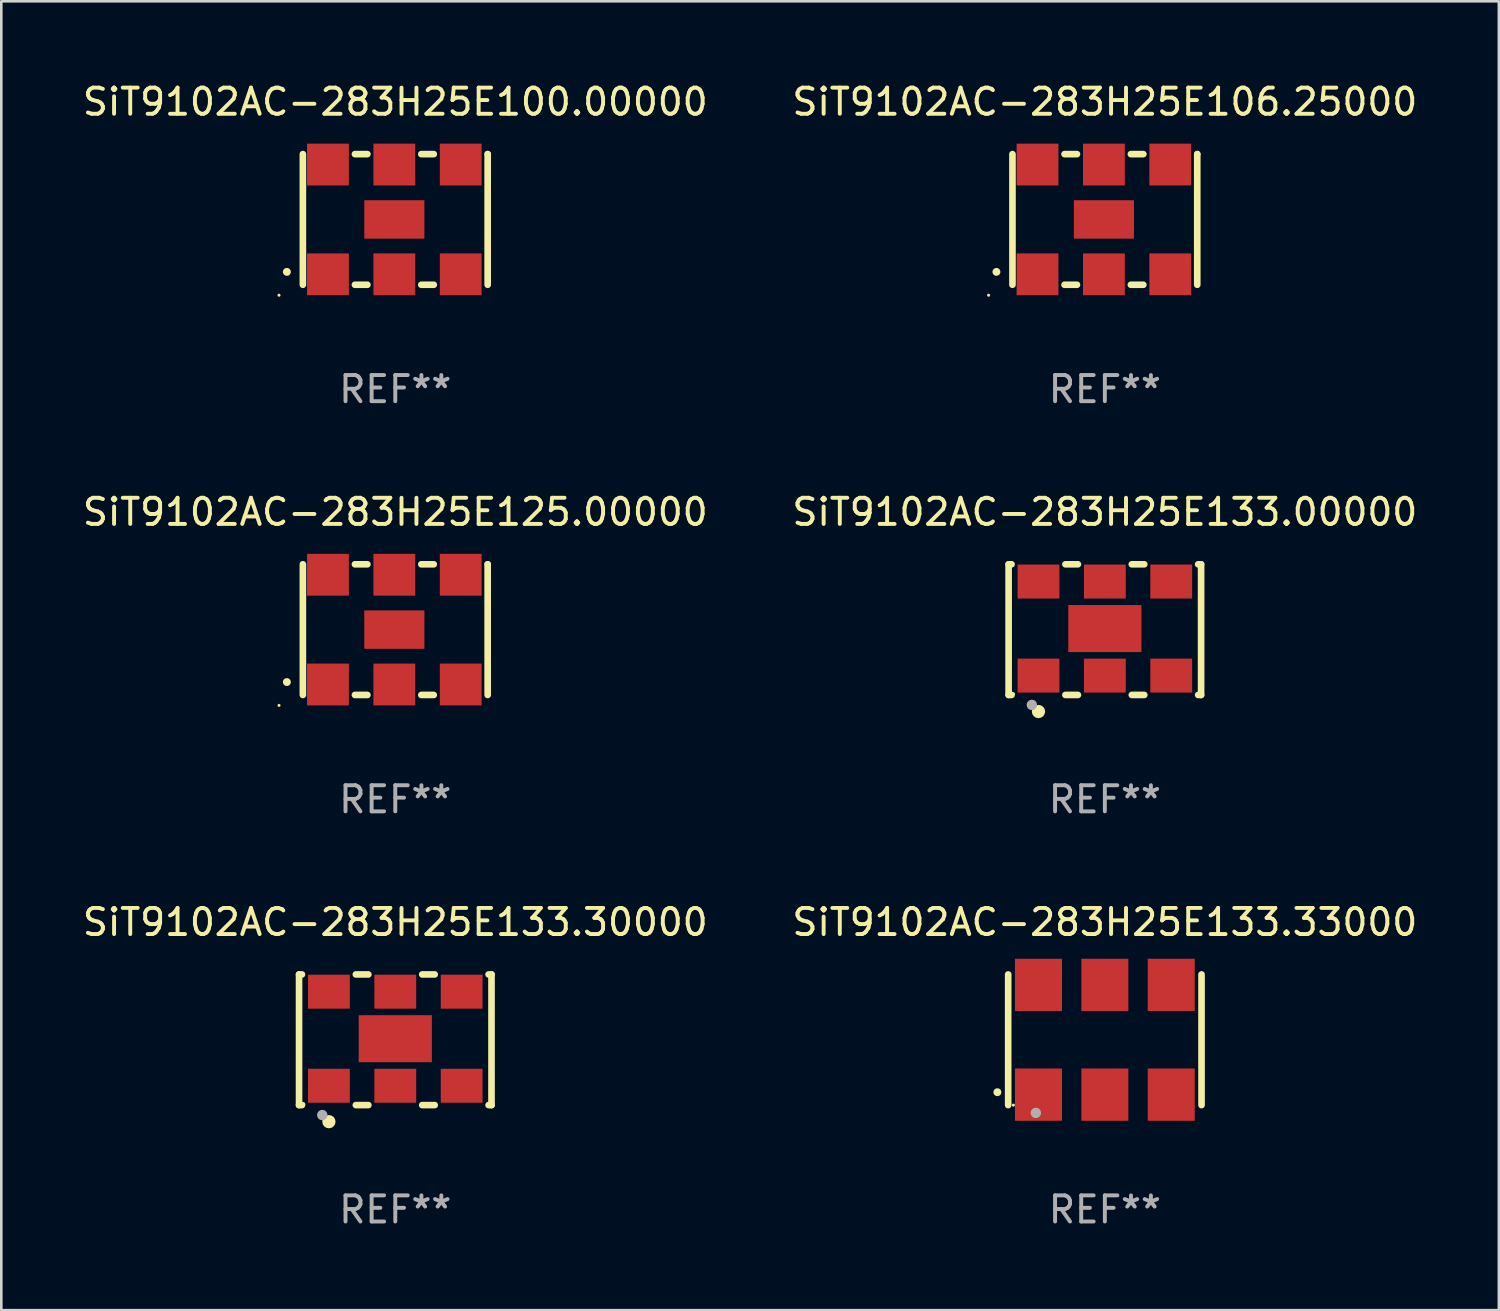
<source format=kicad_pcb>
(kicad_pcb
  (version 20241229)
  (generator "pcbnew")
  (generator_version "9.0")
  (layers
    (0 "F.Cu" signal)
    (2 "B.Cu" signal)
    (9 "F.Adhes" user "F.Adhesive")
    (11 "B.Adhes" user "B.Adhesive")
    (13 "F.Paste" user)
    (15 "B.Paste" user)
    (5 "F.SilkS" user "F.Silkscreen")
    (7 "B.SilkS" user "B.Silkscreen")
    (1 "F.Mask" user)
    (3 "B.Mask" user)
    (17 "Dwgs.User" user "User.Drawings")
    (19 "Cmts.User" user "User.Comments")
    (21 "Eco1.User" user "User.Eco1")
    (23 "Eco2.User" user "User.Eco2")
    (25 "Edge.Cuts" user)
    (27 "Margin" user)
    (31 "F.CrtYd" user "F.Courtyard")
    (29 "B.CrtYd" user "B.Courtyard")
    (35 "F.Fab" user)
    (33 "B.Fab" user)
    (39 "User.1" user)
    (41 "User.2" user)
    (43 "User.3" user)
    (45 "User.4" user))
  (footprint "SiT9102AC-283H25E106.25000"
    (layer "F.Cu")
    (at 39.232 5.348)
    (property "Reference" "SiT9102AC-283H25E106.25000" (at 0 -4.5 0) (layer "F.SilkS") (effects (font (size 1 1) (thickness 0.15))))
    (attr through_hole)
    (fp_line (start -3.536 -2.5) (end -3.536 2.5) (stroke (width 0.254) (type solid)) (layer "F.SilkS"))
    (fp_line (start -1.544 2.5) (end -1.067 2.5) (stroke (width 0.254) (type solid)) (layer "F.SilkS"))
    (fp_line (start -1.067 -2.5) (end -1.544 -2.5) (stroke (width 0.254) (type solid)) (layer "F.SilkS"))
    (fp_line (start 0.996 2.5) (end 1.473 2.5) (stroke (width 0.254) (type solid)) (layer "F.SilkS"))
    (fp_line (start 1.473 -2.5) (end 0.996 -2.5) (stroke (width 0.254) (type solid)) (layer "F.SilkS"))
    (fp_line (start 3.536 -2.5) (end 3.536 -2.5) (stroke (width 0.254) (type solid)) (layer "F.SilkS"))
    (fp_line (start 3.536 2.5) (end 3.536 -2.5) (stroke (width 0.254) (type solid)) (layer "F.SilkS"))
    (fp_arc (start -4.150432 2.006604) (mid -4.149162 2.006599) (end -4.147892 2.006604) (stroke (width 0.3) (type solid)) (layer "F.SilkS"))
    (fp_circle (center -4.449 2.9) (end -4.419 2.9) (stroke (width 0.06) (type solid)) (fill no) (layer "F.SilkS"))
    (fp_text user "REF**" (at 0 6.5 0) (layer "F.Fab") (effects (font (size 1 1) (thickness 0.15))))
    (pad "1" smd rect (at -2.576 2.1) (size 1.6 1.6) (layers "F.Cu" "F.Mask" "F.Paste"))
    (pad "2" smd rect (at -0.036 2.1) (size 1.6 1.6) (layers "F.Cu" "F.Mask" "F.Paste"))
    (pad "3" smd rect (at 2.504 2.1) (size 1.6 1.6) (layers "F.Cu" "F.Mask" "F.Paste"))
    (pad "4" smd rect (at 2.504 -2.1) (size 1.6 1.6) (layers "F.Cu" "F.Mask" "F.Paste"))
    (pad "5" smd rect (at -0.036 -2.1) (size 1.6 1.6) (layers "F.Cu" "F.Mask" "F.Paste"))
    (pad "6" smd rect (at -2.576 -2.1) (size 1.6 1.6) (layers "F.Cu" "F.Mask" "F.Paste"))
    (pad "7" smd rect (at -0.036 0) (size 2.3 1.47) (layers "F.Cu" "F.Mask" "F.Paste")))
  (footprint "SiT9102AC-283H25E133.30000"
    (layer "F.Cu")
    (at 12.077 36.741)
    (property "Reference" "SiT9102AC-283H25E133.30000" (at 0 -4.5 0) (layer "F.SilkS") (effects (font (size 1 1) (thickness 0.15))))
    (attr through_hole)
    (fp_line (start -3.683 -2.5) (end -3.571 -2.5) (stroke (width 0.254) (type solid)) (layer "F.SilkS"))
    (fp_line (start -3.683 2.5) (end -3.683 -2.5) (stroke (width 0.254) (type solid)) (layer "F.SilkS"))
    (fp_line (start -3.683 2.5) (end -3.571 2.5) (stroke (width 0.254) (type solid)) (layer "F.SilkS"))
    (fp_line (start -1.509 -2.5) (end -1.031 -2.5) (stroke (width 0.254) (type solid)) (layer "F.SilkS"))
    (fp_line (start -1.509 2.5) (end -1.031 2.5) (stroke (width 0.254) (type solid)) (layer "F.SilkS"))
    (fp_line (start 1.031 -2.5) (end 1.509 -2.5) (stroke (width 0.254) (type solid)) (layer "F.SilkS"))
    (fp_line (start 1.031 2.5) (end 1.509 2.5) (stroke (width 0.254) (type solid)) (layer "F.SilkS"))
    (fp_line (start 3.571 -2.5) (end 3.683 -2.5) (stroke (width 0.254) (type solid)) (layer "F.SilkS"))
    (fp_line (start 3.571 2.5) (end 3.683 2.5) (stroke (width 0.254) (type solid)) (layer "F.SilkS"))
    (fp_line (start 3.683 2.5) (end 3.683 -2.5) (stroke (width 0.254) (type solid)) (layer "F.SilkS"))
    (fp_circle (center -3.5 2.46) (end -3.47 2.46) (stroke (width 0.06) (type solid)) (fill no) (layer "F.SilkS"))
    (fp_circle (center -2.54 3.135) (end -2.413 3.135) (stroke (width 0.254) (type solid)) (fill no) (layer "F.SilkS"))
    (fp_circle (center -2.794 2.881) (end -2.694 2.881) (stroke (width 0.2) (type solid)) (fill no) (layer "F.Fab"))
    (fp_text user "REF**" (at 0 6.5 0) (layer "F.Fab") (effects (font (size 1 1) (thickness 0.15))))
    (pad "1" smd rect (at -2.54 1.76) (size 1.6 1.3) (layers "F.Cu" "F.Mask" "F.Paste"))
    (pad "2" smd rect (at 0 1.76) (size 1.6 1.3) (layers "F.Cu" "F.Mask" "F.Paste"))
    (pad "3" smd rect (at 2.54 1.76) (size 1.6 1.3) (layers "F.Cu" "F.Mask" "F.Paste"))
    (pad "4" smd rect (at 2.54 -1.84) (size 1.6 1.3) (layers "F.Cu" "F.Mask" "F.Paste"))
    (pad "5" smd rect (at 0 -1.84) (size 1.6 1.3) (layers "F.Cu" "F.Mask" "F.Paste"))
    (pad "6" smd rect (at -2.54 -1.84) (size 1.6 1.3) (layers "F.Cu" "F.Mask" "F.Paste"))
    (pad "7" smd rect (at 0 -0.04) (size 2.8 1.8) (layers "F.Cu" "F.Mask" "F.Paste")))
  (footprint "SiT9102AC-283H25E133.33000"
    (layer "F.Cu")
    (at 39.232 36.741)
    (property "Reference" "SiT9102AC-283H25E133.33000" (at 0 -4.5 0) (layer "F.SilkS") (effects (font (size 1 1) (thickness 0.15))))
    (attr through_hole)
    (fp_line (start -3.7 -2.5) (end -3.7 2.5) (stroke (width 0.254) (type solid)) (layer "F.SilkS"))
    (fp_line (start 3.7 -2.5) (end 3.7 2.5) (stroke (width 0.254) (type solid)) (layer "F.SilkS"))
    (fp_arc (start -4.114415 2.006604) (mid -4.113145 2.006599) (end -4.111875 2.006604) (stroke (width 0.3) (type solid)) (layer "F.SilkS"))
    (fp_circle (center -3.5 2.501) (end -3.47 2.501) (stroke (width 0.06) (type solid)) (fill no) (layer "F.SilkS"))
    (fp_circle (center -2.641 2.799) (end -2.541 2.799) (stroke (width 0.2) (type solid)) (fill no) (layer "F.Fab"))
    (fp_text user "REF**" (at 0 6.5 0) (layer "F.Fab") (effects (font (size 1 1) (thickness 0.15))))
    (pad "1" smd rect (at -2.54 2.1) (size 1.8 2) (layers "F.Cu" "F.Mask" "F.Paste"))
    (pad "2" smd rect (at 0.000394 2.1) (size 1.8 2) (layers "F.Cu" "F.Mask" "F.Paste"))
    (pad "3" smd rect (at 2.54 2.1) (size 1.8 2) (layers "F.Cu" "F.Mask" "F.Paste"))
    (pad "4" smd rect (at 2.54 -2.1) (size 1.8 2) (layers "F.Cu" "F.Mask" "F.Paste"))
    (pad "5" smd rect (at 0.000394 -2.1) (size 1.8 2) (layers "F.Cu" "F.Mask" "F.Paste"))
    (pad "6" smd rect (at -2.54 -2.1) (size 1.8 2) (layers "F.Cu" "F.Mask" "F.Paste")))
  (footprint "SiT9102AC-283H25E100.00000"
    (layer "F.Cu")
    (at 12.077 5.348)
    (property "Reference" "SiT9102AC-283H25E100.00000" (at 0 -4.5 0) (layer "F.SilkS") (effects (font (size 1 1) (thickness 0.15))))
    (attr through_hole)
    (fp_line (start -3.536 -2.5) (end -3.536 2.5) (stroke (width 0.254) (type solid)) (layer "F.SilkS"))
    (fp_line (start -1.544 2.5) (end -1.067 2.5) (stroke (width 0.254) (type solid)) (layer "F.SilkS"))
    (fp_line (start -1.067 -2.5) (end -1.544 -2.5) (stroke (width 0.254) (type solid)) (layer "F.SilkS"))
    (fp_line (start 0.996 2.5) (end 1.473 2.5) (stroke (width 0.254) (type solid)) (layer "F.SilkS"))
    (fp_line (start 1.473 -2.5) (end 0.996 -2.5) (stroke (width 0.254) (type solid)) (layer "F.SilkS"))
    (fp_line (start 3.536 -2.5) (end 3.536 -2.5) (stroke (width 0.254) (type solid)) (layer "F.SilkS"))
    (fp_line (start 3.536 2.5) (end 3.536 -2.5) (stroke (width 0.254) (type solid)) (layer "F.SilkS"))
    (fp_arc (start -4.150432 2.006604) (mid -4.149162 2.006599) (end -4.147892 2.006604) (stroke (width 0.3) (type solid)) (layer "F.SilkS"))
    (fp_circle (center -4.449 2.9) (end -4.419 2.9) (stroke (width 0.06) (type solid)) (fill no) (layer "F.SilkS"))
    (fp_text user "REF**" (at 0 6.5 0) (layer "F.Fab") (effects (font (size 1 1) (thickness 0.15))))
    (pad "1" smd rect (at -2.576 2.1) (size 1.6 1.6) (layers "F.Cu" "F.Mask" "F.Paste"))
    (pad "2" smd rect (at -0.036 2.1) (size 1.6 1.6) (layers "F.Cu" "F.Mask" "F.Paste"))
    (pad "3" smd rect (at 2.504 2.1) (size 1.6 1.6) (layers "F.Cu" "F.Mask" "F.Paste"))
    (pad "4" smd rect (at 2.504 -2.1) (size 1.6 1.6) (layers "F.Cu" "F.Mask" "F.Paste"))
    (pad "5" smd rect (at -0.036 -2.1) (size 1.6 1.6) (layers "F.Cu" "F.Mask" "F.Paste"))
    (pad "6" smd rect (at -2.576 -2.1) (size 1.6 1.6) (layers "F.Cu" "F.Mask" "F.Paste"))
    (pad "7" smd rect (at -0.036 0) (size 2.3 1.47) (layers "F.Cu" "F.Mask" "F.Paste")))
  (footprint "SiT9102AC-283H25E125.00000"
    (layer "F.Cu")
    (at 12.077 21.045)
    (property "Reference" "SiT9102AC-283H25E125.00000" (at 0 -4.5 0) (layer "F.SilkS") (effects (font (size 1 1) (thickness 0.15))))
    (attr through_hole)
    (fp_line (start -3.536 -2.5) (end -3.536 2.5) (stroke (width 0.254) (type solid)) (layer "F.SilkS"))
    (fp_line (start -1.544 2.5) (end -1.067 2.5) (stroke (width 0.254) (type solid)) (layer "F.SilkS"))
    (fp_line (start -1.067 -2.5) (end -1.544 -2.5) (stroke (width 0.254) (type solid)) (layer "F.SilkS"))
    (fp_line (start 0.996 2.5) (end 1.473 2.5) (stroke (width 0.254) (type solid)) (layer "F.SilkS"))
    (fp_line (start 1.473 -2.5) (end 0.996 -2.5) (stroke (width 0.254) (type solid)) (layer "F.SilkS"))
    (fp_line (start 3.536 -2.5) (end 3.536 -2.5) (stroke (width 0.254) (type solid)) (layer "F.SilkS"))
    (fp_line (start 3.536 2.5) (end 3.536 -2.5) (stroke (width 0.254) (type solid)) (layer "F.SilkS"))
    (fp_arc (start -4.150432 2.006604) (mid -4.149162 2.006599) (end -4.147892 2.006604) (stroke (width 0.3) (type solid)) (layer "F.SilkS"))
    (fp_circle (center -4.449 2.9) (end -4.419 2.9) (stroke (width 0.06) (type solid)) (fill no) (layer "F.SilkS"))
    (fp_text user "REF**" (at 0 6.5 0) (layer "F.Fab") (effects (font (size 1 1) (thickness 0.15))))
    (pad "1" smd rect (at -2.576 2.1) (size 1.6 1.6) (layers "F.Cu" "F.Mask" "F.Paste"))
    (pad "2" smd rect (at -0.036 2.1) (size 1.6 1.6) (layers "F.Cu" "F.Mask" "F.Paste"))
    (pad "3" smd rect (at 2.504 2.1) (size 1.6 1.6) (layers "F.Cu" "F.Mask" "F.Paste"))
    (pad "4" smd rect (at 2.504 -2.1) (size 1.6 1.6) (layers "F.Cu" "F.Mask" "F.Paste"))
    (pad "5" smd rect (at -0.036 -2.1) (size 1.6 1.6) (layers "F.Cu" "F.Mask" "F.Paste"))
    (pad "6" smd rect (at -2.576 -2.1) (size 1.6 1.6) (layers "F.Cu" "F.Mask" "F.Paste"))
    (pad "7" smd rect (at -0.036 0) (size 2.3 1.47) (layers "F.Cu" "F.Mask" "F.Paste")))
  (footprint "SiT9102AC-283H25E133.00000"
    (layer "F.Cu")
    (at 39.232 21.045)
    (property "Reference" "SiT9102AC-283H25E133.00000" (at 0 -4.5 0) (layer "F.SilkS") (effects (font (size 1 1) (thickness 0.15))))
    (attr through_hole)
    (fp_line (start -3.683 -2.5) (end -3.571 -2.5) (stroke (width 0.254) (type solid)) (layer "F.SilkS"))
    (fp_line (start -3.683 2.5) (end -3.683 -2.5) (stroke (width 0.254) (type solid)) (layer "F.SilkS"))
    (fp_line (start -3.683 2.5) (end -3.571 2.5) (stroke (width 0.254) (type solid)) (layer "F.SilkS"))
    (fp_line (start -1.509 -2.5) (end -1.031 -2.5) (stroke (width 0.254) (type solid)) (layer "F.SilkS"))
    (fp_line (start -1.509 2.5) (end -1.031 2.5) (stroke (width 0.254) (type solid)) (layer "F.SilkS"))
    (fp_line (start 1.031 -2.5) (end 1.509 -2.5) (stroke (width 0.254) (type solid)) (layer "F.SilkS"))
    (fp_line (start 1.031 2.5) (end 1.509 2.5) (stroke (width 0.254) (type solid)) (layer "F.SilkS"))
    (fp_line (start 3.571 -2.5) (end 3.683 -2.5) (stroke (width 0.254) (type solid)) (layer "F.SilkS"))
    (fp_line (start 3.571 2.5) (end 3.683 2.5) (stroke (width 0.254) (type solid)) (layer "F.SilkS"))
    (fp_line (start 3.683 2.5) (end 3.683 -2.5) (stroke (width 0.254) (type solid)) (layer "F.SilkS"))
    (fp_circle (center -3.5 2.46) (end -3.47 2.46) (stroke (width 0.06) (type solid)) (fill no) (layer "F.SilkS"))
    (fp_circle (center -2.54 3.135) (end -2.413 3.135) (stroke (width 0.254) (type solid)) (fill no) (layer "F.SilkS"))
    (fp_circle (center -2.794 2.881) (end -2.694 2.881) (stroke (width 0.2) (type solid)) (fill no) (layer "F.Fab"))
    (fp_text user "REF**" (at 0 6.5 0) (layer "F.Fab") (effects (font (size 1 1) (thickness 0.15))))
    (pad "1" smd rect (at -2.54 1.76) (size 1.6 1.3) (layers "F.Cu" "F.Mask" "F.Paste"))
    (pad "2" smd rect (at 0 1.76) (size 1.6 1.3) (layers "F.Cu" "F.Mask" "F.Paste"))
    (pad "3" smd rect (at 2.54 1.76) (size 1.6 1.3) (layers "F.Cu" "F.Mask" "F.Paste"))
    (pad "4" smd rect (at 2.54 -1.84) (size 1.6 1.3) (layers "F.Cu" "F.Mask" "F.Paste"))
    (pad "5" smd rect (at 0 -1.84) (size 1.6 1.3) (layers "F.Cu" "F.Mask" "F.Paste"))
    (pad "6" smd rect (at -2.54 -1.84) (size 1.6 1.3) (layers "F.Cu" "F.Mask" "F.Paste"))
    (pad "7" smd rect (at 0 -0.04) (size 2.8 1.8) (layers "F.Cu" "F.Mask" "F.Paste")))
  (gr_rect
    (start -3 -3)
    (end 54.31 47.09)
    (stroke (width 0.1) (type default))
    (fill no)
    (layer "Edge.Cuts")))
</source>
